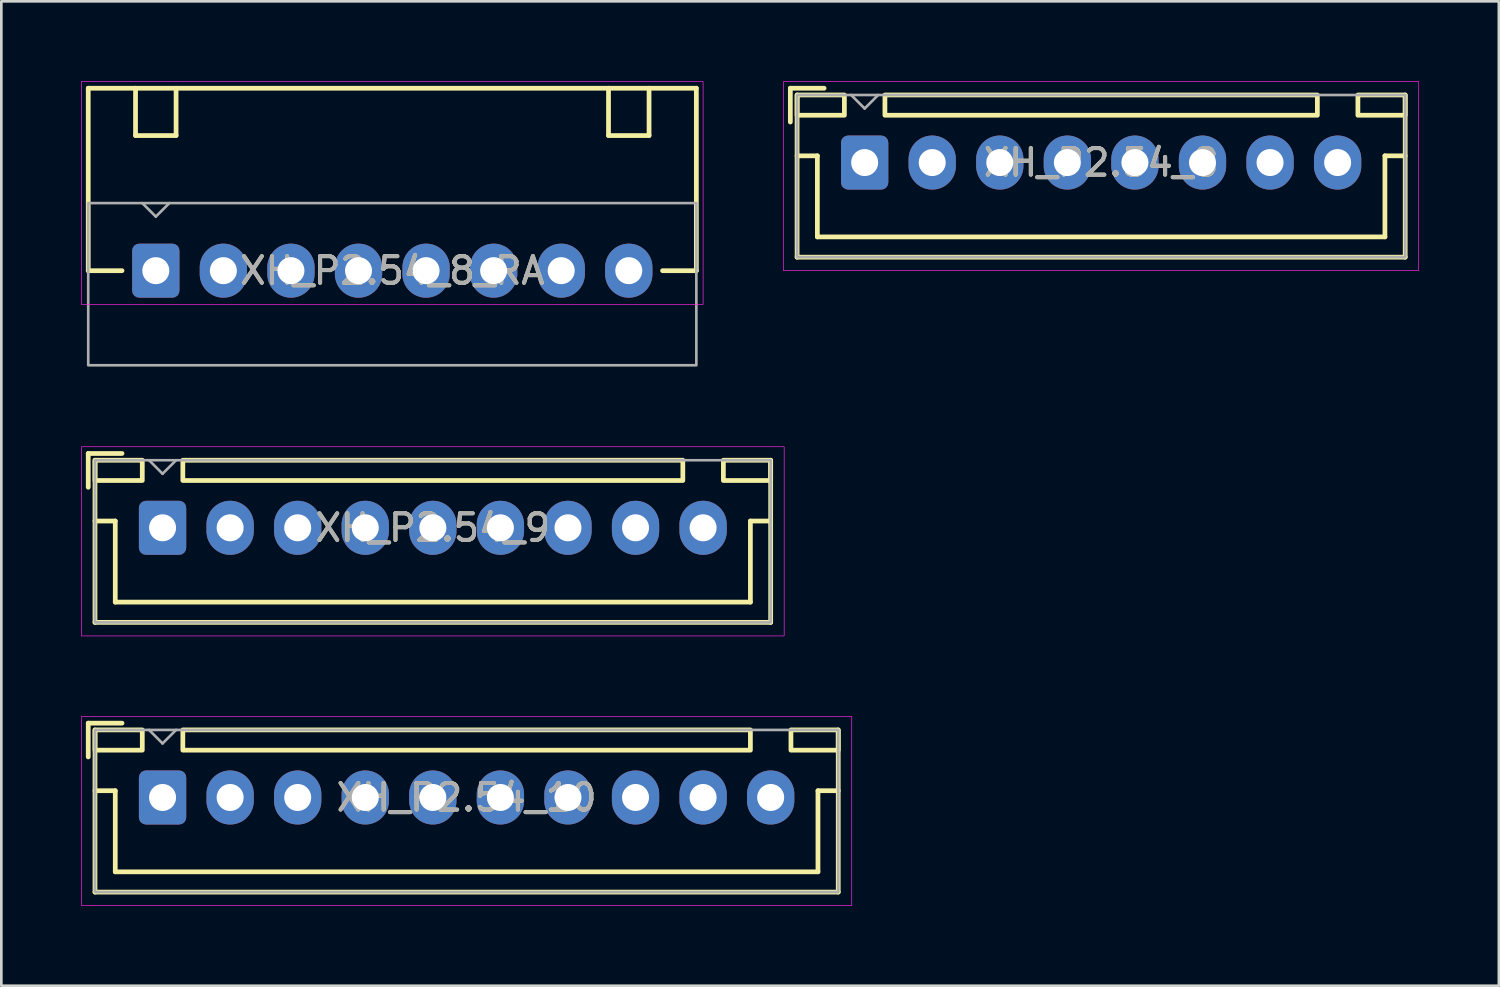
<source format=kicad_pcb>
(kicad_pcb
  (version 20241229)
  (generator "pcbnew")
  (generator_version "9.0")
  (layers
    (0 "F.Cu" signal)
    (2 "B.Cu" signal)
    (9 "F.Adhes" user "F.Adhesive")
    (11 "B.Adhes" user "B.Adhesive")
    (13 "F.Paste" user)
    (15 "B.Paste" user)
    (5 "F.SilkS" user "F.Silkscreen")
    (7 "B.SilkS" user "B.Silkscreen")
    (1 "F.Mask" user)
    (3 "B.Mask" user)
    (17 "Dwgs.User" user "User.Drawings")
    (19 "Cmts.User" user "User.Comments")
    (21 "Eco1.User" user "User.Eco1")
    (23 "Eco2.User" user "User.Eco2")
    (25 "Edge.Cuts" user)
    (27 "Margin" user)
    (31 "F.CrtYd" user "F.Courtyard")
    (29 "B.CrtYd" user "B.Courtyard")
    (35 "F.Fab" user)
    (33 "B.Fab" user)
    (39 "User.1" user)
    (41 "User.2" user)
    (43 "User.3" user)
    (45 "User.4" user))
  (footprint "XH_P2.54_9"
    (layer "F.Cu")
    (at 13.221 16.791)
    (property "Reference" "XH_P2.54_9" (at 0 0 0) (layer "F.SilkS") (effects (font (size 1 1) (thickness 0.15))))
    (attr through_hole)
    (fp_line (start -12.954 -2.794) (end -11.684 -2.794) (stroke (width 0.178) (type solid)) (layer "F.SilkS"))
    (fp_line (start -12.954 -1.524) (end -12.954 -2.794) (stroke (width 0.178) (type solid)) (layer "F.SilkS"))
    (fp_line (start -12.7 -2.54) (end -12.7 3.556) (stroke (width 0.178) (type solid)) (layer "F.SilkS"))
    (fp_line (start -12.7 -0.254) (end -11.938 -0.254) (stroke (width 0.178) (type solid)) (layer "F.SilkS"))
    (fp_line (start -12.7 3.556) (end 12.7 3.556) (stroke (width 0.178) (type solid)) (layer "F.SilkS"))
    (fp_line (start -11.938 -0.254) (end -11.938 2.794) (stroke (width 0.178) (type solid)) (layer "F.SilkS"))
    (fp_line (start -11.938 2.794) (end 11.938 2.794) (stroke (width 0.178) (type solid)) (layer "F.SilkS"))
    (fp_line (start 11.938 -0.254) (end 11.938 2.794) (stroke (width 0.178) (type solid)) (layer "F.SilkS"))
    (fp_line (start 11.938 -0.254) (end 12.7 -0.254) (stroke (width 0.178) (type solid)) (layer "F.SilkS"))
    (fp_line (start 12.7 -2.54) (end 12.7 3.556) (stroke (width 0.178) (type solid)) (layer "F.SilkS"))
    (fp_rect (start -10.922 -1.778) (end -12.7 -2.54) (stroke (width 0.178) (type solid)) (fill no) (layer "F.SilkS"))
    (fp_rect (start -9.398 -2.54) (end 9.398 -1.778) (stroke (width 0.178) (type solid)) (fill no) (layer "F.SilkS"))
    (fp_rect (start 10.922 -2.54) (end 12.7 -1.778) (stroke (width 0.178) (type solid)) (fill no) (layer "F.SilkS"))
    (fp_rect (start -13.208 -3.048) (end 13.208 4.064) (stroke (width 0.025) (type solid)) (fill no) (layer "F.CrtYd"))
    (fp_line (start -10.668 -2.54) (end -10.16 -2.032) (stroke (width 0.1) (type solid)) (layer "F.Fab"))
    (fp_line (start -9.652 -2.54) (end -10.16 -2.032) (stroke (width 0.1) (type solid)) (layer "F.Fab"))
    (fp_rect (start -12.7 -2.54) (end 12.7 3.556) (stroke (width 0.1) (type solid)) (fill no) (layer "F.Fab"))
    (fp_text user "${REFERENCE}" (at 0 0 0) (layer "F.Fab") (effects (font (size 1 1) (thickness 0.15))))
    (pad "1" thru_hole roundrect (at -10.16 0) (size 1.778 2.032) (drill 1.016) (layers "*.Cu" "*.Mask") (roundrect_rratio 0.15))
    (pad "2" thru_hole oval (at -7.62 0) (size 1.778 2.032) (drill 1.016) (layers "*.Cu" "*.Mask"))
    (pad "3" thru_hole oval (at -5.08 0) (size 1.778 2.032) (drill 1.016) (layers "*.Cu" "*.Mask"))
    (pad "4" thru_hole oval (at -2.54 0) (size 1.778 2.032) (drill 1.016) (layers "*.Cu" "*.Mask"))
    (pad "5" thru_hole oval (at 0 0) (size 1.778 2.032) (drill 1.016) (layers "*.Cu" "*.Mask"))
    (pad "6" thru_hole oval (at 2.54 0) (size 1.778 2.032) (drill 1.016) (layers "*.Cu" "*.Mask"))
    (pad "7" thru_hole oval (at 5.08 0) (size 1.778 2.032) (drill 1.016) (layers "*.Cu" "*.Mask"))
    (pad "8" thru_hole oval (at 7.62 0) (size 1.778 2.032) (drill 1.016) (layers "*.Cu" "*.Mask"))
    (pad "9" thru_hole oval (at 10.16 0) (size 1.778 2.032) (drill 1.016) (layers "*.Cu" "*.Mask")))
  (footprint "XH_P2.54_10"
    (layer "F.Cu")
    (at 14.491 26.929)
    (property "Reference" "XH_P2.54_10" (at 0 0 0) (layer "F.SilkS") (effects (font (size 1 1) (thickness 0.15))))
    (attr through_hole)
    (fp_line (start -14.224 -2.794) (end -12.954 -2.794) (stroke (width 0.178) (type solid)) (layer "F.SilkS"))
    (fp_line (start -14.224 -1.524) (end -14.224 -2.794) (stroke (width 0.178) (type solid)) (layer "F.SilkS"))
    (fp_line (start -13.97 -2.54) (end -13.97 3.556) (stroke (width 0.178) (type solid)) (layer "F.SilkS"))
    (fp_line (start -13.97 -0.254) (end -13.208 -0.254) (stroke (width 0.178) (type solid)) (layer "F.SilkS"))
    (fp_line (start -13.97 3.556) (end 13.97 3.556) (stroke (width 0.178) (type solid)) (layer "F.SilkS"))
    (fp_line (start -13.208 -0.254) (end -13.208 2.794) (stroke (width 0.178) (type solid)) (layer "F.SilkS"))
    (fp_line (start -13.208 2.794) (end 13.208 2.794) (stroke (width 0.178) (type solid)) (layer "F.SilkS"))
    (fp_line (start 13.208 -0.254) (end 13.208 2.794) (stroke (width 0.178) (type solid)) (layer "F.SilkS"))
    (fp_line (start 13.208 -0.254) (end 13.97 -0.254) (stroke (width 0.178) (type solid)) (layer "F.SilkS"))
    (fp_line (start 13.97 -2.54) (end 13.97 3.556) (stroke (width 0.178) (type solid)) (layer "F.SilkS"))
    (fp_rect (start -12.192 -1.778) (end -13.97 -2.54) (stroke (width 0.178) (type solid)) (fill no) (layer "F.SilkS"))
    (fp_rect (start -10.668 -2.54) (end 10.668 -1.778) (stroke (width 0.178) (type solid)) (fill no) (layer "F.SilkS"))
    (fp_rect (start 12.192 -2.54) (end 13.97 -1.778) (stroke (width 0.178) (type solid)) (fill no) (layer "F.SilkS"))
    (fp_rect (start -14.478 -3.048) (end 14.478 4.064) (stroke (width 0.025) (type solid)) (fill no) (layer "F.CrtYd"))
    (fp_line (start -11.938 -2.54) (end -11.43 -2.032) (stroke (width 0.1) (type solid)) (layer "F.Fab"))
    (fp_line (start -10.922 -2.54) (end -11.43 -2.032) (stroke (width 0.1) (type solid)) (layer "F.Fab"))
    (fp_rect (start -13.97 -2.54) (end 13.97 3.556) (stroke (width 0.1) (type solid)) (fill no) (layer "F.Fab"))
    (fp_text user "${REFERENCE}" (at 0 0 0) (layer "F.Fab") (effects (font (size 1 1) (thickness 0.15))))
    (pad "1" thru_hole roundrect (at -11.43 0) (size 1.778 2.032) (drill 1.016) (layers "*.Cu" "*.Mask") (roundrect_rratio 0.15))
    (pad "2" thru_hole oval (at -8.89 0) (size 1.778 2.032) (drill 1.016) (layers "*.Cu" "*.Mask"))
    (pad "3" thru_hole oval (at -6.35 0) (size 1.778 2.032) (drill 1.016) (layers "*.Cu" "*.Mask"))
    (pad "4" thru_hole oval (at -3.81 0) (size 1.778 2.032) (drill 1.016) (layers "*.Cu" "*.Mask"))
    (pad "5" thru_hole oval (at -1.27 0) (size 1.778 2.032) (drill 1.016) (layers "*.Cu" "*.Mask"))
    (pad "6" thru_hole oval (at 1.27 0) (size 1.778 2.032) (drill 1.016) (layers "*.Cu" "*.Mask"))
    (pad "7" thru_hole oval (at 3.81 0) (size 1.778 2.032) (drill 1.016) (layers "*.Cu" "*.Mask"))
    (pad "8" thru_hole oval (at 6.35 0) (size 1.778 2.032) (drill 1.016) (layers "*.Cu" "*.Mask"))
    (pad "9" thru_hole oval (at 8.89 0) (size 1.778 2.032) (drill 1.016) (layers "*.Cu" "*.Mask"))
    (pad "10" thru_hole oval (at 11.43 0) (size 1.778 2.032) (drill 1.016) (layers "*.Cu" "*.Mask")))
  (footprint "XH_P2.54_8_RA"
    (layer "F.Cu")
    (at 11.697 7.125)
    (property "Reference" "XH_P2.54_8_RA" (at 0 0 0) (layer "F.SilkS") (effects (font (size 1 1) (thickness 0.15))))
    (attr through_hole)
    (fp_line (start -11.43 -6.858) (end -11.43 0) (stroke (width 0.178) (type solid)) (layer "F.SilkS"))
    (fp_line (start -11.43 -6.858) (end 11.43 -6.858) (stroke (width 0.178) (type solid)) (layer "F.SilkS"))
    (fp_line (start -11.43 0) (end -10.16 0) (stroke (width 0.178) (type solid)) (layer "F.SilkS"))
    (fp_line (start -9.652 -6.858) (end -9.652 -5.08) (stroke (width 0.178) (type solid)) (layer "F.SilkS"))
    (fp_line (start -9.652 -5.08) (end -8.128 -5.08) (stroke (width 0.178) (type solid)) (layer "F.SilkS"))
    (fp_line (start -8.128 -6.858) (end -8.128 -5.08) (stroke (width 0.178) (type solid)) (layer "F.SilkS"))
    (fp_line (start 8.128 -6.858) (end 8.128 -5.08) (stroke (width 0.178) (type solid)) (layer "F.SilkS"))
    (fp_line (start 8.128 -5.08) (end 9.652 -5.08) (stroke (width 0.178) (type solid)) (layer "F.SilkS"))
    (fp_line (start 9.652 -6.858) (end 9.652 -5.08) (stroke (width 0.178) (type solid)) (layer "F.SilkS"))
    (fp_line (start 10.16 0) (end 11.43 0) (stroke (width 0.178) (type solid)) (layer "F.SilkS"))
    (fp_line (start 11.43 -6.858) (end 11.43 0) (stroke (width 0.178) (type solid)) (layer "F.SilkS"))
    (fp_rect (start -11.684 -7.112) (end 11.684 1.27) (stroke (width 0.025) (type solid)) (fill no) (layer "F.CrtYd"))
    (fp_line (start -9.398 -2.54) (end -8.89 -2.032) (stroke (width 0.1) (type solid)) (layer "F.Fab"))
    (fp_line (start -8.382 -2.54) (end -8.89 -2.032) (stroke (width 0.1) (type solid)) (layer "F.Fab"))
    (fp_rect (start -11.43 -2.54) (end 11.43 3.556) (stroke (width 0.1) (type solid)) (fill no) (layer "F.Fab"))
    (fp_text user "${REFERENCE}" (at 0 0 0) (layer "F.Fab") (effects (font (size 1 1) (thickness 0.15))))
    (pad "1" thru_hole roundrect (at -8.89 0) (size 1.778 2.032) (drill 1.016) (layers "*.Cu" "*.Mask") (roundrect_rratio 0.15))
    (pad "2" thru_hole oval (at -6.35 0) (size 1.778 2.032) (drill 1.016) (layers "*.Cu" "*.Mask"))
    (pad "3" thru_hole oval (at -3.81 0) (size 1.778 2.032) (drill 1.016) (layers "*.Cu" "*.Mask"))
    (pad "4" thru_hole oval (at -1.27 0) (size 1.778 2.032) (drill 1.016) (layers "*.Cu" "*.Mask"))
    (pad "5" thru_hole oval (at 1.27 0) (size 1.778 2.032) (drill 1.016) (layers "*.Cu" "*.Mask"))
    (pad "6" thru_hole oval (at 3.81 0) (size 1.778 2.032) (drill 1.016) (layers "*.Cu" "*.Mask"))
    (pad "7" thru_hole oval (at 6.35 0) (size 1.778 2.032) (drill 1.016) (layers "*.Cu" "*.Mask"))
    (pad "8" thru_hole oval (at 8.89 0) (size 1.778 2.032) (drill 1.016) (layers "*.Cu" "*.Mask")))
  (footprint "XH_P2.54_8"
    (layer "F.Cu")
    (at 38.344 3.061)
    (property "Reference" "XH_P2.54_8" (at 0 0 0) (layer "F.SilkS") (effects (font (size 1 1) (thickness 0.15))))
    (attr through_hole)
    (fp_line (start -11.684 -2.794) (end -10.414 -2.794) (stroke (width 0.178) (type solid)) (layer "F.SilkS"))
    (fp_line (start -11.684 -1.524) (end -11.684 -2.794) (stroke (width 0.178) (type solid)) (layer "F.SilkS"))
    (fp_line (start -11.43 -2.54) (end -11.43 3.556) (stroke (width 0.178) (type solid)) (layer "F.SilkS"))
    (fp_line (start -11.43 -0.254) (end -10.668 -0.254) (stroke (width 0.178) (type solid)) (layer "F.SilkS"))
    (fp_line (start -11.43 3.556) (end 11.43 3.556) (stroke (width 0.178) (type solid)) (layer "F.SilkS"))
    (fp_line (start -10.668 -0.254) (end -10.668 2.794) (stroke (width 0.178) (type solid)) (layer "F.SilkS"))
    (fp_line (start -10.668 2.794) (end 10.668 2.794) (stroke (width 0.178) (type solid)) (layer "F.SilkS"))
    (fp_line (start 10.668 -0.254) (end 10.668 2.794) (stroke (width 0.178) (type solid)) (layer "F.SilkS"))
    (fp_line (start 10.668 -0.254) (end 11.43 -0.254) (stroke (width 0.178) (type solid)) (layer "F.SilkS"))
    (fp_line (start 11.43 -2.54) (end 11.43 3.556) (stroke (width 0.178) (type solid)) (layer "F.SilkS"))
    (fp_rect (start -9.652 -1.778) (end -11.43 -2.54) (stroke (width 0.178) (type solid)) (fill no) (layer "F.SilkS"))
    (fp_rect (start -8.128 -2.54) (end 8.128 -1.778) (stroke (width 0.178) (type solid)) (fill no) (layer "F.SilkS"))
    (fp_rect (start 9.652 -2.54) (end 11.43 -1.778) (stroke (width 0.178) (type solid)) (fill no) (layer "F.SilkS"))
    (fp_rect (start -11.938 -3.048) (end 11.938 4.064) (stroke (width 0.025) (type solid)) (fill no) (layer "F.CrtYd"))
    (fp_line (start -9.398 -2.54) (end -8.89 -2.032) (stroke (width 0.1) (type solid)) (layer "F.Fab"))
    (fp_line (start -8.382 -2.54) (end -8.89 -2.032) (stroke (width 0.1) (type solid)) (layer "F.Fab"))
    (fp_rect (start -11.43 -2.54) (end 11.43 3.556) (stroke (width 0.1) (type solid)) (fill no) (layer "F.Fab"))
    (fp_text user "${REFERENCE}" (at 0 0 0) (layer "F.Fab") (effects (font (size 1 1) (thickness 0.15))))
    (pad "1" thru_hole roundrect (at -8.89 0) (size 1.778 2.032) (drill 1.016) (layers "*.Cu" "*.Mask") (roundrect_rratio 0.15))
    (pad "2" thru_hole oval (at -6.35 0) (size 1.778 2.032) (drill 1.016) (layers "*.Cu" "*.Mask"))
    (pad "3" thru_hole oval (at -3.81 0) (size 1.778 2.032) (drill 1.016) (layers "*.Cu" "*.Mask"))
    (pad "4" thru_hole oval (at -1.27 0) (size 1.778 2.032) (drill 1.016) (layers "*.Cu" "*.Mask"))
    (pad "5" thru_hole oval (at 1.27 0) (size 1.778 2.032) (drill 1.016) (layers "*.Cu" "*.Mask"))
    (pad "6" thru_hole oval (at 3.81 0) (size 1.778 2.032) (drill 1.016) (layers "*.Cu" "*.Mask"))
    (pad "7" thru_hole oval (at 6.35 0) (size 1.778 2.032) (drill 1.016) (layers "*.Cu" "*.Mask"))
    (pad "8" thru_hole oval (at 8.89 0) (size 1.778 2.032) (drill 1.016) (layers "*.Cu" "*.Mask")))
  (gr_rect
    (start -3 -3)
    (end 53.295 34.005)
    (stroke (width 0.1) (type default))
    (fill no)
    (layer "Edge.Cuts")))
</source>
